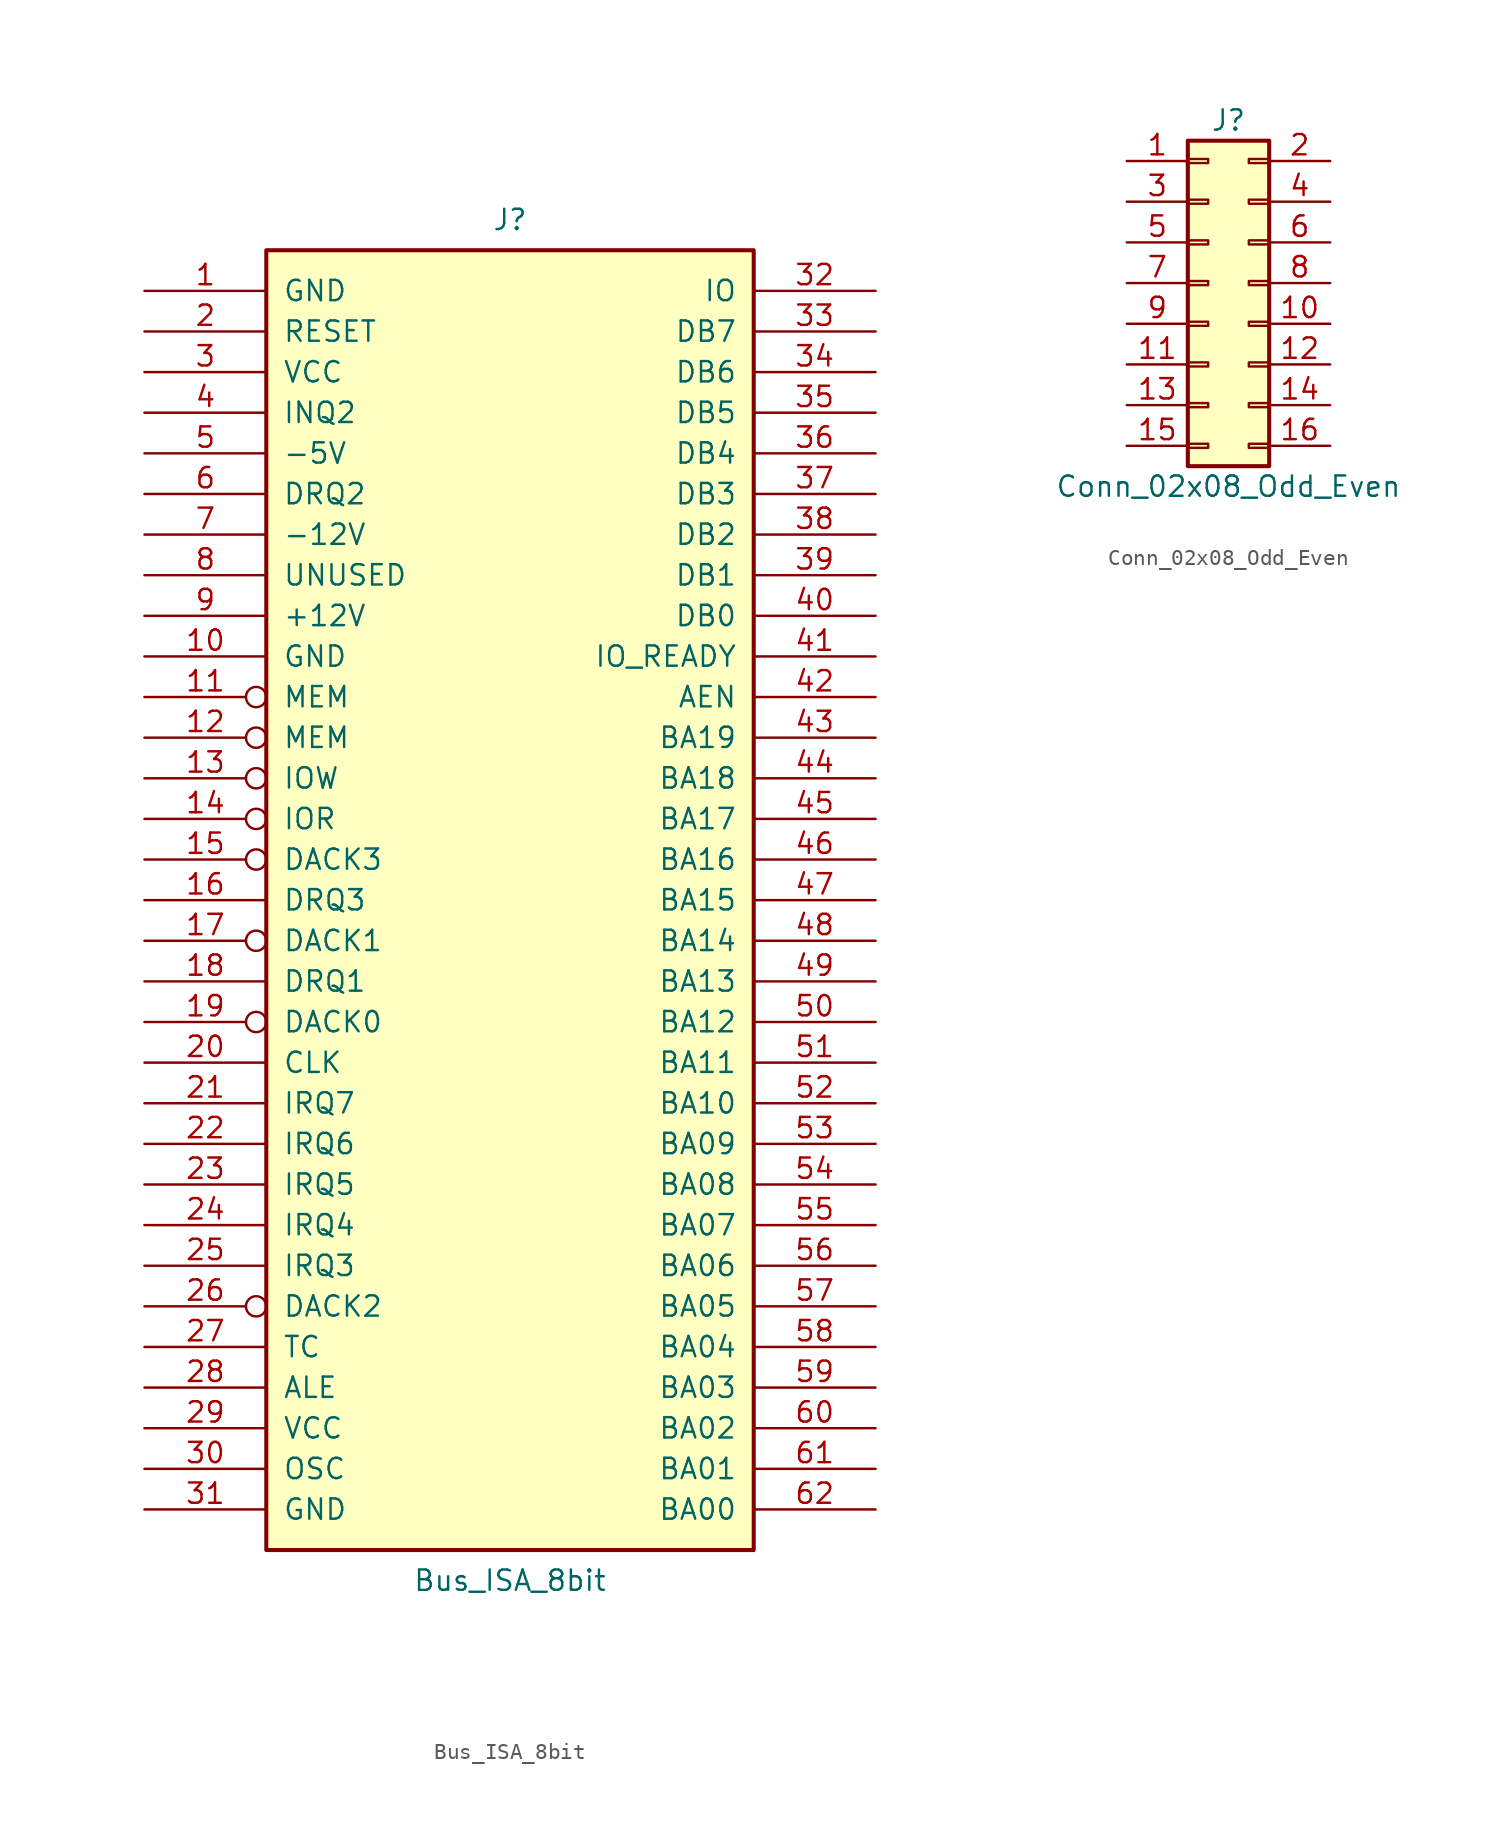
<source format=kicad_sym>
(kicad_symbol_lib
  (version 20241209)
  (generator "kicad_symbol_editor")
  (generator_version "9.0")
  (symbol "Bus_ISA_8bit"
    (pin_names
      (offset 1.016))
    (property "Reference" "J"
      (at 0 42.545 0)
      (effects (font (size 1.27 1.27))))
    (property "Value" "Bus_ISA_8bit"
      (at 0 -42.545 0)
      (effects (font (size 1.27 1.27))))
    (symbol "Bus_ISA_8bit_0_1"
      (rectangle (start -15.24 -40.64) (end 15.24 40.64) (stroke (width 0.254) (type default)) (fill (type background))))
    (symbol "Bus_ISA_8bit_1_1"
      (pin passive line (at -22.86 38.1 0) (length 7.62) (name "GND" (effects (font (size 1.27 1.27)))) (number "1" (effects (font (size 1.27 1.27)))))
      (pin output line (at -22.86 35.56 0) (length 7.62) (name "RESET" (effects (font (size 1.27 1.27)))) (number "2" (effects (font (size 1.27 1.27)))))
      (pin passive line (at -22.86 33.02 0) (length 7.62) (name "VCC" (effects (font (size 1.27 1.27)))) (number "3" (effects (font (size 1.27 1.27)))))
      (pin passive line (at -22.86 30.48 0) (length 7.62) (name "INQ2" (effects (font (size 1.27 1.27)))) (number "4" (effects (font (size 1.27 1.27)))))
      (pin passive line (at -22.86 27.94 0) (length 7.62) (name "-5V" (effects (font (size 1.27 1.27)))) (number "5" (effects (font (size 1.27 1.27)))))
      (pin passive line (at -22.86 25.4 0) (length 7.62) (name "DRQ2" (effects (font (size 1.27 1.27)))) (number "6" (effects (font (size 1.27 1.27)))))
      (pin passive line (at -22.86 22.86 0) (length 7.62) (name "-12V" (effects (font (size 1.27 1.27)))) (number "7" (effects (font (size 1.27 1.27)))))
      (pin passive line (at -22.86 20.32 0) (length 7.62) (name "UNUSED" (effects (font (size 1.27 1.27)))) (number "8" (effects (font (size 1.27 1.27)))))
      (pin passive line (at -22.86 17.78 0) (length 7.62) (name "+12V" (effects (font (size 1.27 1.27)))) (number "9" (effects (font (size 1.27 1.27)))))
      (pin passive line (at -22.86 15.24 0) (length 7.62) (name "GND" (effects (font (size 1.27 1.27)))) (number "10" (effects (font (size 1.27 1.27)))))
      (pin output inverted (at -22.86 12.7 0) (length 7.62) (name "MEM" (effects (font (size 1.27 1.27)))) (number "11" (effects (font (size 1.27 1.27)))))
      (pin output inverted (at -22.86 10.16 0) (length 7.62) (name "MEM" (effects (font (size 1.27 1.27)))) (number "12" (effects (font (size 1.27 1.27)))))
      (pin output inverted (at -22.86 7.62 0) (length 7.62) (name "IOW" (effects (font (size 1.27 1.27)))) (number "13" (effects (font (size 1.27 1.27)))))
      (pin output inverted (at -22.86 5.08 0) (length 7.62) (name "IOR" (effects (font (size 1.27 1.27)))) (number "14" (effects (font (size 1.27 1.27)))))
      (pin passive inverted (at -22.86 2.54 0) (length 7.62) (name "DACK3" (effects (font (size 1.27 1.27)))) (number "15" (effects (font (size 1.27 1.27)))))
      (pin passive line (at -22.86 0 0) (length 7.62) (name "DRQ3" (effects (font (size 1.27 1.27)))) (number "16" (effects (font (size 1.27 1.27)))))
      (pin passive inverted (at -22.86 -2.54 0) (length 7.62) (name "DACK1" (effects (font (size 1.27 1.27)))) (number "17" (effects (font (size 1.27 1.27)))))
      (pin passive line (at -22.86 -5.08 0) (length 7.62) (name "DRQ1" (effects (font (size 1.27 1.27)))) (number "18" (effects (font (size 1.27 1.27)))))
      (pin passive inverted (at -22.86 -7.62 0) (length 7.62) (name "DACK0" (effects (font (size 1.27 1.27)))) (number "19" (effects (font (size 1.27 1.27)))))
      (pin output line (at -22.86 -10.16 0) (length 7.62) (name "CLK" (effects (font (size 1.27 1.27)))) (number "20" (effects (font (size 1.27 1.27)))))
      (pin passive line (at -22.86 -12.7 0) (length 7.62) (name "IRQ7" (effects (font (size 1.27 1.27)))) (number "21" (effects (font (size 1.27 1.27)))))
      (pin passive line (at -22.86 -15.24 0) (length 7.62) (name "IRQ6" (effects (font (size 1.27 1.27)))) (number "22" (effects (font (size 1.27 1.27)))))
      (pin passive line (at -22.86 -17.78 0) (length 7.62) (name "IRQ5" (effects (font (size 1.27 1.27)))) (number "23" (effects (font (size 1.27 1.27)))))
      (pin passive line (at -22.86 -20.32 0) (length 7.62) (name "IRQ4" (effects (font (size 1.27 1.27)))) (number "24" (effects (font (size 1.27 1.27)))))
      (pin passive line (at -22.86 -22.86 0) (length 7.62) (name "IRQ3" (effects (font (size 1.27 1.27)))) (number "25" (effects (font (size 1.27 1.27)))))
      (pin passive inverted (at -22.86 -25.4 0) (length 7.62) (name "DACK2" (effects (font (size 1.27 1.27)))) (number "26" (effects (font (size 1.27 1.27)))))
      (pin passive line (at -22.86 -27.94 0) (length 7.62) (name "TC" (effects (font (size 1.27 1.27)))) (number "27" (effects (font (size 1.27 1.27)))))
      (pin output line (at -22.86 -30.48 0) (length 7.62) (name "ALE" (effects (font (size 1.27 1.27)))) (number "28" (effects (font (size 1.27 1.27)))))
      (pin passive line (at -22.86 -33.02 0) (length 7.62) (name "VCC" (effects (font (size 1.27 1.27)))) (number "29" (effects (font (size 1.27 1.27)))))
      (pin output line (at -22.86 -35.56 0) (length 7.62) (name "OSC" (effects (font (size 1.27 1.27)))) (number "30" (effects (font (size 1.27 1.27)))))
      (pin passive line (at -22.86 -38.1 0) (length 7.62) (name "GND" (effects (font (size 1.27 1.27)))) (number "31" (effects (font (size 1.27 1.27)))))
      (pin passive line (at 22.86 38.1 180) (length 7.62) (name "IO" (effects (font (size 1.27 1.27)))) (number "32" (effects (font (size 1.27 1.27)))))
      (pin tri_state line (at 22.86 35.56 180) (length 7.62) (name "DB7" (effects (font (size 1.27 1.27)))) (number "33" (effects (font (size 1.27 1.27)))))
      (pin tri_state line (at 22.86 33.02 180) (length 7.62) (name "DB6" (effects (font (size 1.27 1.27)))) (number "34" (effects (font (size 1.27 1.27)))))
      (pin tri_state line (at 22.86 30.48 180) (length 7.62) (name "DB5" (effects (font (size 1.27 1.27)))) (number "35" (effects (font (size 1.27 1.27)))))
      (pin tri_state line (at 22.86 27.94 180) (length 7.62) (name "DB4" (effects (font (size 1.27 1.27)))) (number "36" (effects (font (size 1.27 1.27)))))
      (pin tri_state line (at 22.86 25.4 180) (length 7.62) (name "DB3" (effects (font (size 1.27 1.27)))) (number "37" (effects (font (size 1.27 1.27)))))
      (pin tri_state line (at 22.86 22.86 180) (length 7.62) (name "DB2" (effects (font (size 1.27 1.27)))) (number "38" (effects (font (size 1.27 1.27)))))
      (pin tri_state line (at 22.86 20.32 180) (length 7.62) (name "DB1" (effects (font (size 1.27 1.27)))) (number "39" (effects (font (size 1.27 1.27)))))
      (pin tri_state line (at 22.86 17.78 180) (length 7.62) (name "DB0" (effects (font (size 1.27 1.27)))) (number "40" (effects (font (size 1.27 1.27)))))
      (pin passive line (at 22.86 15.24 180) (length 7.62) (name "IO_READY" (effects (font (size 1.27 1.27)))) (number "41" (effects (font (size 1.27 1.27)))))
      (pin output line (at 22.86 12.7 180) (length 7.62) (name "AEN" (effects (font (size 1.27 1.27)))) (number "42" (effects (font (size 1.27 1.27)))))
      (pin tri_state line (at 22.86 10.16 180) (length 7.62) (name "BA19" (effects (font (size 1.27 1.27)))) (number "43" (effects (font (size 1.27 1.27)))))
      (pin tri_state line (at 22.86 7.62 180) (length 7.62) (name "BA18" (effects (font (size 1.27 1.27)))) (number "44" (effects (font (size 1.27 1.27)))))
      (pin tri_state line (at 22.86 5.08 180) (length 7.62) (name "BA17" (effects (font (size 1.27 1.27)))) (number "45" (effects (font (size 1.27 1.27)))))
      (pin tri_state line (at 22.86 2.54 180) (length 7.62) (name "BA16" (effects (font (size 1.27 1.27)))) (number "46" (effects (font (size 1.27 1.27)))))
      (pin tri_state line (at 22.86 0 180) (length 7.62) (name "BA15" (effects (font (size 1.27 1.27)))) (number "47" (effects (font (size 1.27 1.27)))))
      (pin tri_state line (at 22.86 -2.54 180) (length 7.62) (name "BA14" (effects (font (size 1.27 1.27)))) (number "48" (effects (font (size 1.27 1.27)))))
      (pin tri_state line (at 22.86 -5.08 180) (length 7.62) (name "BA13" (effects (font (size 1.27 1.27)))) (number "49" (effects (font (size 1.27 1.27)))))
      (pin tri_state line (at 22.86 -7.62 180) (length 7.62) (name "BA12" (effects (font (size 1.27 1.27)))) (number "50" (effects (font (size 1.27 1.27)))))
      (pin tri_state line (at 22.86 -10.16 180) (length 7.62) (name "BA11" (effects (font (size 1.27 1.27)))) (number "51" (effects (font (size 1.27 1.27)))))
      (pin tri_state line (at 22.86 -12.7 180) (length 7.62) (name "BA10" (effects (font (size 1.27 1.27)))) (number "52" (effects (font (size 1.27 1.27)))))
      (pin tri_state line (at 22.86 -15.24 180) (length 7.62) (name "BA09" (effects (font (size 1.27 1.27)))) (number "53" (effects (font (size 1.27 1.27)))))
      (pin tri_state line (at 22.86 -17.78 180) (length 7.62) (name "BA08" (effects (font (size 1.27 1.27)))) (number "54" (effects (font (size 1.27 1.27)))))
      (pin tri_state line (at 22.86 -20.32 180) (length 7.62) (name "BA07" (effects (font (size 1.27 1.27)))) (number "55" (effects (font (size 1.27 1.27)))))
      (pin tri_state line (at 22.86 -22.86 180) (length 7.62) (name "BA06" (effects (font (size 1.27 1.27)))) (number "56" (effects (font (size 1.27 1.27)))))
      (pin tri_state line (at 22.86 -25.4 180) (length 7.62) (name "BA05" (effects (font (size 1.27 1.27)))) (number "57" (effects (font (size 1.27 1.27)))))
      (pin tri_state line (at 22.86 -27.94 180) (length 7.62) (name "BA04" (effects (font (size 1.27 1.27)))) (number "58" (effects (font (size 1.27 1.27)))))
      (pin tri_state line (at 22.86 -30.48 180) (length 7.62) (name "BA03" (effects (font (size 1.27 1.27)))) (number "59" (effects (font (size 1.27 1.27)))))
      (pin tri_state line (at 22.86 -33.02 180) (length 7.62) (name "BA02" (effects (font (size 1.27 1.27)))) (number "60" (effects (font (size 1.27 1.27)))))
      (pin tri_state line (at 22.86 -35.56 180) (length 7.62) (name "BA01" (effects (font (size 1.27 1.27)))) (number "61" (effects (font (size 1.27 1.27)))))
      (pin tri_state line (at 22.86 -38.1 180) (length 7.62) (name "BA00" (effects (font (size 1.27 1.27)))) (number "62" (effects (font (size 1.27 1.27)))))))
  (symbol "Conn_02x08_Odd_Even"
    (pin_names
      (offset 1.016)
      (hide yes))
    (property "Reference" "J"
      (at 0 11.43 0)
      (effects (font (size 1.27 1.27))))
    (property "Value" "Conn_02x08_Odd_Even"
      (at 0 -11.43 0)
      (effects (font (size 1.27 1.27))))
    (symbol "Conn_02x08_Odd_Even_1_1"
      (rectangle (start -2.54 10.16) (end 2.54 -10.16) (stroke (width 0.254) (type default)) (fill (type background)))
      (rectangle (start -2.54 9.017) (end -1.27 8.763) (stroke (width 0.152) (type default)) (fill (type none)))
      (rectangle (start -2.54 6.477) (end -1.27 6.223) (stroke (width 0.152) (type default)) (fill (type none)))
      (rectangle (start -2.54 3.937) (end -1.27 3.683) (stroke (width 0.152) (type default)) (fill (type none)))
      (rectangle (start -2.54 1.397) (end -1.27 1.143) (stroke (width 0.152) (type default)) (fill (type none)))
      (rectangle (start -2.54 -1.143) (end -1.27 -1.397) (stroke (width 0.152) (type default)) (fill (type none)))
      (rectangle (start -2.54 -3.683) (end -1.27 -3.937) (stroke (width 0.152) (type default)) (fill (type none)))
      (rectangle (start -2.54 -6.223) (end -1.27 -6.477) (stroke (width 0.152) (type default)) (fill (type none)))
      (rectangle (start -2.54 -8.763) (end -1.27 -9.017) (stroke (width 0.152) (type default)) (fill (type none)))
      (rectangle (start 2.54 9.017) (end 1.27 8.763) (stroke (width 0.152) (type default)) (fill (type none)))
      (rectangle (start 2.54 6.477) (end 1.27 6.223) (stroke (width 0.152) (type default)) (fill (type none)))
      (rectangle (start 2.54 3.937) (end 1.27 3.683) (stroke (width 0.152) (type default)) (fill (type none)))
      (rectangle (start 2.54 1.397) (end 1.27 1.143) (stroke (width 0.152) (type default)) (fill (type none)))
      (rectangle (start 2.54 -1.143) (end 1.27 -1.397) (stroke (width 0.152) (type default)) (fill (type none)))
      (rectangle (start 2.54 -3.683) (end 1.27 -3.937) (stroke (width 0.152) (type default)) (fill (type none)))
      (rectangle (start 2.54 -6.223) (end 1.27 -6.477) (stroke (width 0.152) (type default)) (fill (type none)))
      (rectangle (start 2.54 -8.763) (end 1.27 -9.017) (stroke (width 0.152) (type default)) (fill (type none)))
      (pin passive line (at -6.35 8.89 0) (length 3.81) (name "Pin_1" (effects (font (size 1.27 1.27)))) (number "1" (effects (font (size 1.27 1.27)))))
      (pin passive line (at -6.35 6.35 0) (length 3.81) (name "Pin_3" (effects (font (size 1.27 1.27)))) (number "3" (effects (font (size 1.27 1.27)))))
      (pin passive line (at -6.35 3.81 0) (length 3.81) (name "Pin_5" (effects (font (size 1.27 1.27)))) (number "5" (effects (font (size 1.27 1.27)))))
      (pin passive line (at -6.35 1.27 0) (length 3.81) (name "Pin_7" (effects (font (size 1.27 1.27)))) (number "7" (effects (font (size 1.27 1.27)))))
      (pin passive line (at -6.35 -1.27 0) (length 3.81) (name "Pin_9" (effects (font (size 1.27 1.27)))) (number "9" (effects (font (size 1.27 1.27)))))
      (pin passive line (at -6.35 -3.81 0) (length 3.81) (name "Pin_11" (effects (font (size 1.27 1.27)))) (number "11" (effects (font (size 1.27 1.27)))))
      (pin passive line (at -6.35 -6.35 0) (length 3.81) (name "Pin_13" (effects (font (size 1.27 1.27)))) (number "13" (effects (font (size 1.27 1.27)))))
      (pin passive line (at -6.35 -8.89 0) (length 3.81) (name "Pin_15" (effects (font (size 1.27 1.27)))) (number "15" (effects (font (size 1.27 1.27)))))
      (pin passive line (at 6.35 8.89 180) (length 3.81) (name "Pin_2" (effects (font (size 1.27 1.27)))) (number "2" (effects (font (size 1.27 1.27)))))
      (pin passive line (at 6.35 6.35 180) (length 3.81) (name "Pin_4" (effects (font (size 1.27 1.27)))) (number "4" (effects (font (size 1.27 1.27)))))
      (pin passive line (at 6.35 3.81 180) (length 3.81) (name "Pin_6" (effects (font (size 1.27 1.27)))) (number "6" (effects (font (size 1.27 1.27)))))
      (pin passive line (at 6.35 1.27 180) (length 3.81) (name "Pin_8" (effects (font (size 1.27 1.27)))) (number "8" (effects (font (size 1.27 1.27)))))
      (pin passive line (at 6.35 -1.27 180) (length 3.81) (name "Pin_10" (effects (font (size 1.27 1.27)))) (number "10" (effects (font (size 1.27 1.27)))))
      (pin passive line (at 6.35 -3.81 180) (length 3.81) (name "Pin_12" (effects (font (size 1.27 1.27)))) (number "12" (effects (font (size 1.27 1.27)))))
      (pin passive line (at 6.35 -6.35 180) (length 3.81) (name "Pin_14" (effects (font (size 1.27 1.27)))) (number "14" (effects (font (size 1.27 1.27)))))
      (pin passive line (at 6.35 -8.89 180) (length 3.81) (name "Pin_16" (effects (font (size 1.27 1.27)))) (number "16" (effects (font (size 1.27 1.27))))))))
</source>
